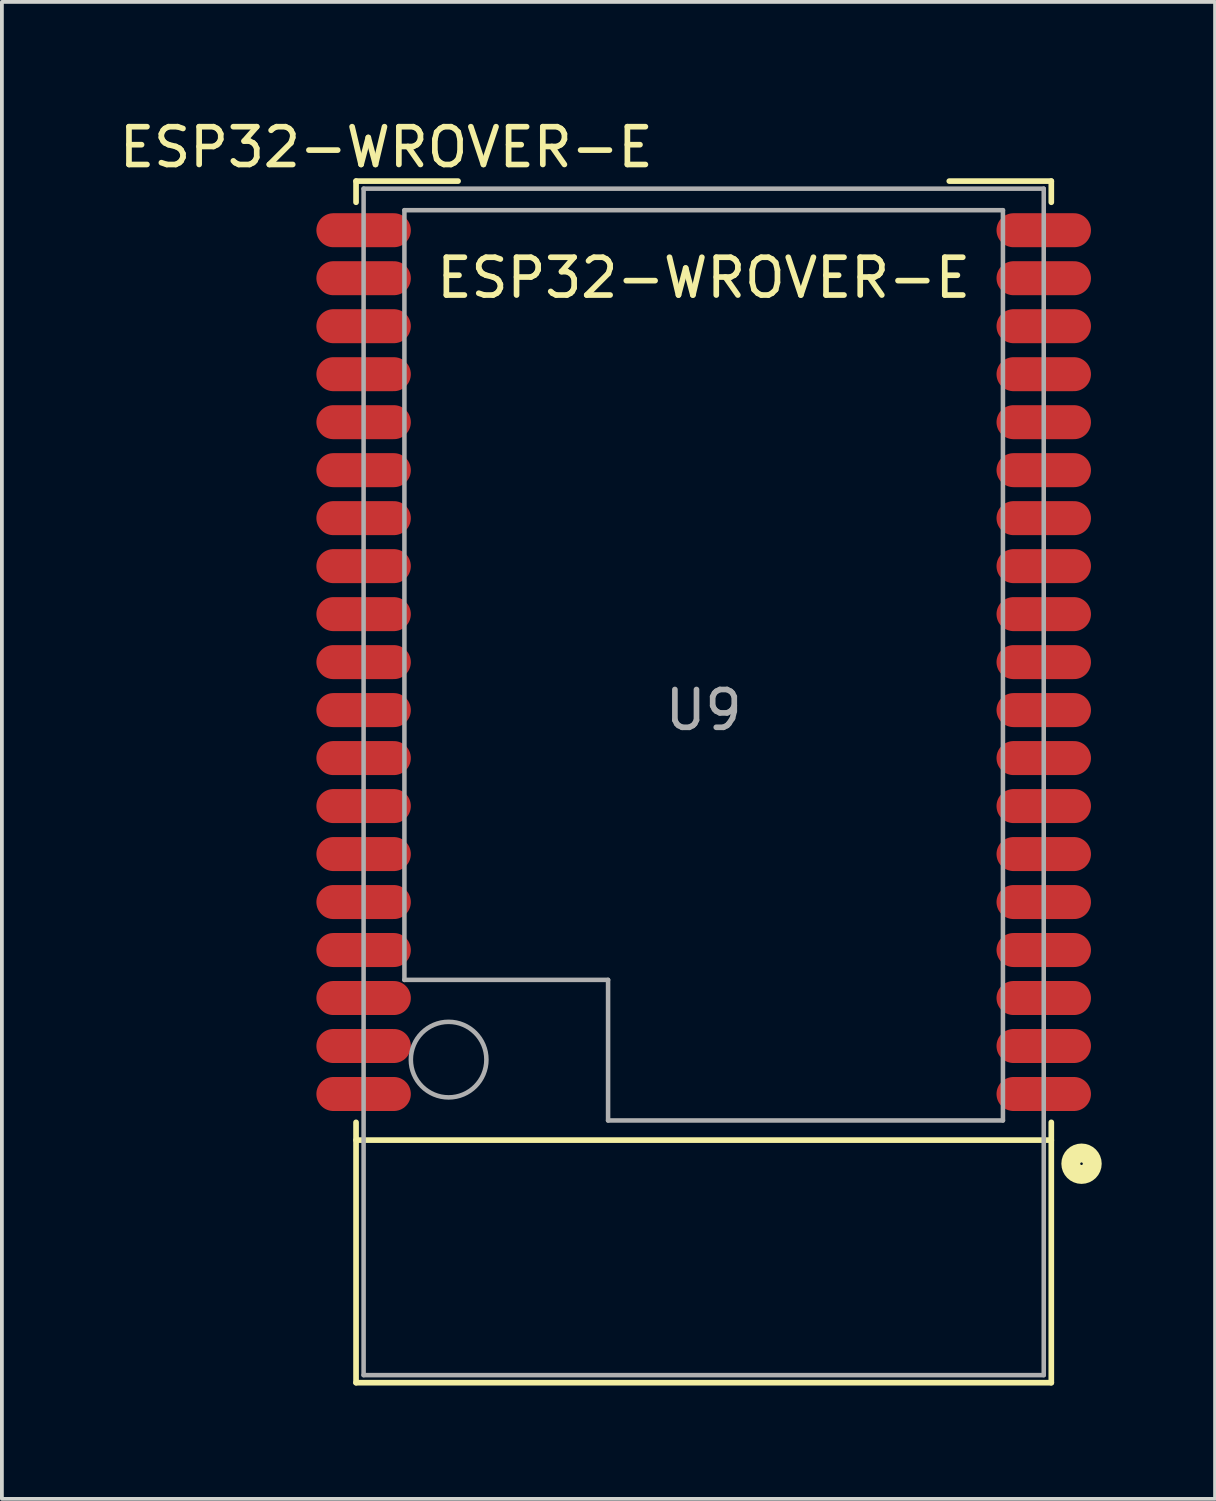
<source format=kicad_pcb>
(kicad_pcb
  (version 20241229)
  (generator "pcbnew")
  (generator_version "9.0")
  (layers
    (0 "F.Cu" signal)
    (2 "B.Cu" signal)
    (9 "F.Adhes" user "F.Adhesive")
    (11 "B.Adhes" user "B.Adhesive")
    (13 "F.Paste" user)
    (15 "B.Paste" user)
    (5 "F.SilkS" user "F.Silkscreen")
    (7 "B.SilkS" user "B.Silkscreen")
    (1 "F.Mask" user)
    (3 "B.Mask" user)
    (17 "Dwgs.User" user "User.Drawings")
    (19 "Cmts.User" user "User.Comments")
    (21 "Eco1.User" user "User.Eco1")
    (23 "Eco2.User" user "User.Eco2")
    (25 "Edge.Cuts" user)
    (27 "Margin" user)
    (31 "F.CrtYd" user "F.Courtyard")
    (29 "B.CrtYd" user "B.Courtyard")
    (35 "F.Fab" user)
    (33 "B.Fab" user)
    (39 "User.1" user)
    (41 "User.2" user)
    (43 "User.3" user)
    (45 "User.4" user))
  (footprint "ESP32-WROVER-E"
    (layer "F.Cu")
    (at 15.573 17.648)
    (property "Reference" "ESP32-WROVER-E" (at -8.4 -16.8 180) (layer "F.SilkS") (effects (font (size 1 1) (thickness 0.15))))
    (attr smd)
    (fp_line (start -9.2 -15.905) (end -6.5 -15.905) (stroke (width 0.15) (type solid)) (layer "F.SilkS"))
    (fp_line (start -9.2 -15.345) (end -9.2 -15.905) (stroke (width 0.15) (type solid)) (layer "F.SilkS"))
    (fp_line (start -9.2 9.475) (end 9.2 9.475) (stroke (width 0.15) (type solid)) (layer "F.SilkS"))
    (fp_line (start -9.2 15.895) (end -9.2 9.005) (stroke (width 0.15) (type solid)) (layer "F.SilkS"))
    (fp_line (start -9.2 15.895) (end 9.2 15.895) (stroke (width 0.15) (type solid)) (layer "F.SilkS"))
    (fp_line (start 6.5 -15.905) (end 9.2 -15.905) (stroke (width 0.15) (type solid)) (layer "F.SilkS"))
    (fp_line (start 9.2 -15.905) (end 9.2 -15.345) (stroke (width 0.15) (type solid)) (layer "F.SilkS"))
    (fp_line (start 9.2 15.895) (end 9.2 9.005) (stroke (width 0.15) (type solid)) (layer "F.SilkS"))
    (fp_circle (center 10 10.1) (end 10.127 10.354) (stroke (width 0.5) (type solid)) (fill no) (layer "F.SilkS"))
    (fp_line (start -9 -15.705) (end -9 15.695) (stroke (width 0.12) (type solid)) (layer "F.Fab"))
    (fp_line (start -9 15.695) (end 9 15.695) (stroke (width 0.12) (type solid)) (layer "F.Fab"))
    (fp_line (start -7.92 -15.135) (end 7.92 -15.135) (stroke (width 0.12) (type solid)) (layer "F.Fab"))
    (fp_line (start -7.92 5.235) (end -7.92 -15.135) (stroke (width 0.12) (type solid)) (layer "F.Fab"))
    (fp_line (start -2.53 5.235) (end -7.92 5.235) (stroke (width 0.12) (type solid)) (layer "F.Fab"))
    (fp_line (start -2.53 8.955) (end -2.53 5.235) (stroke (width 0.12) (type solid)) (layer "F.Fab"))
    (fp_line (start 7.92 -15.135) (end 7.92 8.955) (stroke (width 0.12) (type solid)) (layer "F.Fab"))
    (fp_line (start 7.92 8.955) (end -2.53 8.955) (stroke (width 0.12) (type solid)) (layer "F.Fab"))
    (fp_line (start 9 -15.705) (end -9 -15.705) (stroke (width 0.12) (type solid)) (layer "F.Fab"))
    (fp_line (start 9 15.695) (end 9 -15.705) (stroke (width 0.12) (type solid)) (layer "F.Fab"))
    (fp_circle (center -6.75 7.345) (end -5.75 7.345) (stroke (width 0.12) (type solid)) (fill no) (layer "F.Fab"))
    (fp_text user "ESP32-WROVER-E" (at 0 -13.345 0) (layer "F.SilkS") (effects (font (size 1 1) (thickness 0.15))))
    (fp_text user "U9" (at 0 -1.905 180) (layer "F.Fab") (effects (font (size 1 1) (thickness 0.15))))
    (pad "1" smd oval (at 9 8.255) (size 2.5 0.9) (layers "F.Cu" "F.Mask" "F.Paste"))
    (pad "2" smd oval (at 9 6.985) (size 2.5 0.9) (layers "F.Cu" "F.Mask" "F.Paste"))
    (pad "3" smd oval (at 9 5.715) (size 2.5 0.9) (layers "F.Cu" "F.Mask" "F.Paste"))
    (pad "4" smd oval (at 9 4.445) (size 2.5 0.9) (layers "F.Cu" "F.Mask" "F.Paste"))
    (pad "5" smd oval (at 9 3.175) (size 2.5 0.9) (layers "F.Cu" "F.Mask" "F.Paste"))
    (pad "6" smd oval (at 9 1.905) (size 2.5 0.9) (layers "F.Cu" "F.Mask" "F.Paste"))
    (pad "7" smd oval (at 9 0.635) (size 2.5 0.9) (layers "F.Cu" "F.Mask" "F.Paste"))
    (pad "8" smd oval (at 9 -0.635) (size 2.5 0.9) (layers "F.Cu" "F.Mask" "F.Paste"))
    (pad "9" smd oval (at 9 -1.905) (size 2.5 0.9) (layers "F.Cu" "F.Mask" "F.Paste"))
    (pad "10" smd oval (at 9 -3.175) (size 2.5 0.9) (layers "F.Cu" "F.Mask" "F.Paste"))
    (pad "11" smd oval (at 9 -4.445) (size 2.5 0.9) (layers "F.Cu" "F.Mask" "F.Paste"))
    (pad "12" smd oval (at 9 -5.715) (size 2.5 0.9) (layers "F.Cu" "F.Mask" "F.Paste"))
    (pad "13" smd oval (at 9 -6.985) (size 2.5 0.9) (layers "F.Cu" "F.Mask" "F.Paste"))
    (pad "14" smd oval (at 9 -8.255) (size 2.5 0.9) (layers "F.Cu" "F.Mask" "F.Paste"))
    (pad "15" smd oval (at 9 -9.525) (size 2.5 0.9) (layers "F.Cu" "F.Mask" "F.Paste"))
    (pad "16" smd oval (at 9 -10.795) (size 2.5 0.9) (layers "F.Cu" "F.Mask" "F.Paste"))
    (pad "17" smd oval (at 9 -12.065) (size 2.5 0.9) (layers "F.Cu" "F.Mask" "F.Paste"))
    (pad "18" smd oval (at 9 -13.335) (size 2.5 0.9) (layers "F.Cu" "F.Mask" "F.Paste"))
    (pad "19" smd oval (at 9 -14.605) (size 2.5 0.9) (layers "F.Cu" "F.Mask" "F.Paste"))
    (pad "20" smd oval (at -9 -14.605) (size 2.5 0.9) (layers "F.Cu" "F.Mask" "F.Paste"))
    (pad "21" smd oval (at -9 -13.335) (size 2.5 0.9) (layers "F.Cu" "F.Mask" "F.Paste"))
    (pad "22" smd oval (at -9 -12.065) (size 2.5 0.9) (layers "F.Cu" "F.Mask" "F.Paste"))
    (pad "23" smd oval (at -9 -10.795) (size 2.5 0.9) (layers "F.Cu" "F.Mask" "F.Paste"))
    (pad "24" smd oval (at -9 -9.525) (size 2.5 0.9) (layers "F.Cu" "F.Mask" "F.Paste"))
    (pad "25" smd oval (at -9 -8.255) (size 2.5 0.9) (layers "F.Cu" "F.Mask" "F.Paste"))
    (pad "26" smd oval (at -9 -6.985) (size 2.5 0.9) (layers "F.Cu" "F.Mask" "F.Paste"))
    (pad "27" smd oval (at -9 -5.715) (size 2.5 0.9) (layers "F.Cu" "F.Mask" "F.Paste"))
    (pad "28" smd oval (at -9 -4.445) (size 2.5 0.9) (layers "F.Cu" "F.Mask" "F.Paste"))
    (pad "29" smd oval (at -9 -3.175) (size 2.5 0.9) (layers "F.Cu" "F.Mask" "F.Paste"))
    (pad "30" smd oval (at -9 -1.905) (size 2.5 0.9) (layers "F.Cu" "F.Mask" "F.Paste"))
    (pad "31" smd oval (at -9 -0.635) (size 2.5 0.9) (layers "F.Cu" "F.Mask" "F.Paste"))
    (pad "32" smd oval (at -9 0.635) (size 2.5 0.9) (layers "F.Cu" "F.Mask" "F.Paste"))
    (pad "33" smd oval (at -9 1.905) (size 2.5 0.9) (layers "F.Cu" "F.Mask" "F.Paste"))
    (pad "34" smd oval (at -9 3.175) (size 2.5 0.9) (layers "F.Cu" "F.Mask" "F.Paste"))
    (pad "35" smd oval (at -9 4.445) (size 2.5 0.9) (layers "F.Cu" "F.Mask" "F.Paste"))
    (pad "36" smd oval (at -9 5.715) (size 2.5 0.9) (layers "F.Cu" "F.Mask" "F.Paste"))
    (pad "37" smd oval (at -9 6.985) (size 2.5 0.9) (layers "F.Cu" "F.Mask" "F.Paste"))
    (pad "38" smd oval (at -9 8.255) (size 2.5 0.9) (layers "F.Cu" "F.Mask" "F.Paste")))
  (gr_rect
    (start -3 -3)
    (end 29.107 36.618)
    (stroke (width 0.1) (type default))
    (fill no)
    (layer "Edge.Cuts")))
</source>
